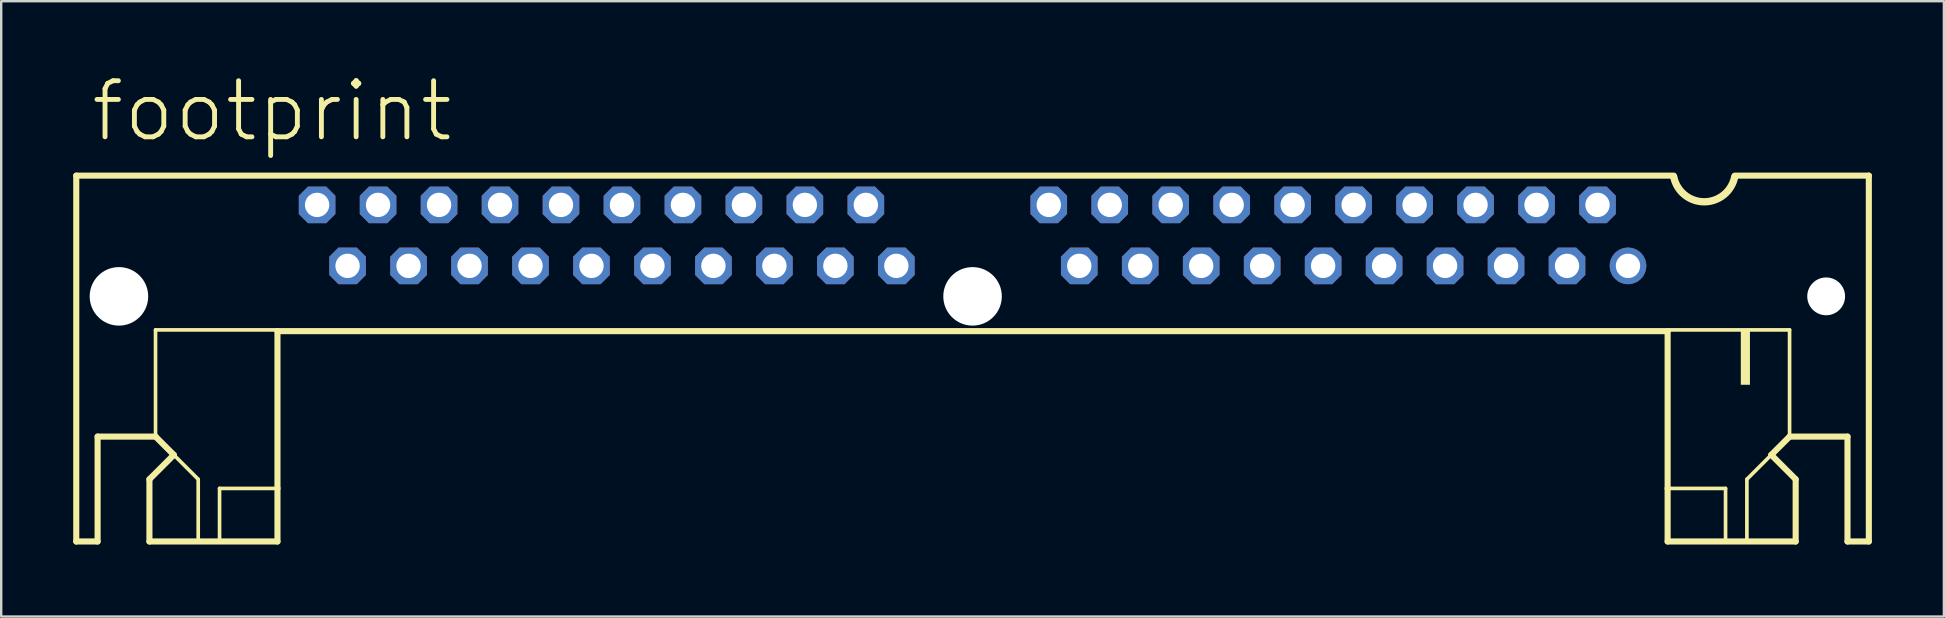
<source format=kicad_pcb>
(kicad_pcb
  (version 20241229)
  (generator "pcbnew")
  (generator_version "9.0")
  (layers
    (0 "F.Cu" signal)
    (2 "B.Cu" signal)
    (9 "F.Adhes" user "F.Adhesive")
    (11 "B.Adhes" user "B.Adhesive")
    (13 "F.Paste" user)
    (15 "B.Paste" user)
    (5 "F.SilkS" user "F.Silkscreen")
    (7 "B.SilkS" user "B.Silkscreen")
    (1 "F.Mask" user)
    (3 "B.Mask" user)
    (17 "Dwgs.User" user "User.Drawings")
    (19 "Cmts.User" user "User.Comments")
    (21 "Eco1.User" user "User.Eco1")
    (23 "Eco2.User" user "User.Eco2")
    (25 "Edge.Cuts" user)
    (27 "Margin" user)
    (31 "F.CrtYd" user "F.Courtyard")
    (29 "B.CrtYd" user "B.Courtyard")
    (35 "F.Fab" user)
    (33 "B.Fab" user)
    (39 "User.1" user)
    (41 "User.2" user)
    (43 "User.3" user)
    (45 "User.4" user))
  (footprint "footprint"
    (layer "F.Cu")
    (at 37.465 6.756)
    (property "Reference" "footprint" (at -36.83 -3.81 0) (layer "F.SilkS") (effects (font (size 2.337 2.337) (thickness 0.203)) (justify left bottom)))
    (fp_line (start -37.338 -2.489) (end 29.21 -2.489) (stroke (width 0.254) (type solid)) (layer "F.SilkS"))
    (fp_line (start -37.338 12.751) (end -37.338 -2.489) (stroke (width 0.254) (type solid)) (layer "F.SilkS"))
    (fp_line (start -36.449 8.382) (end -36.449 12.751) (stroke (width 0.254) (type solid)) (layer "F.SilkS"))
    (fp_line (start -36.449 12.751) (end -37.338 12.751) (stroke (width 0.254) (type solid)) (layer "F.SilkS"))
    (fp_line (start -34.29 10.16) (end -33.274 9.144) (stroke (width 0.254) (type solid)) (layer "F.SilkS"))
    (fp_line (start -34.29 12.751) (end -34.29 10.16) (stroke (width 0.254) (type solid)) (layer "F.SilkS"))
    (fp_line (start -34.036 3.937) (end -34.036 8.382) (stroke (width 0.152) (type solid)) (layer "F.SilkS"))
    (fp_line (start -34.036 8.382) (end -36.449 8.382) (stroke (width 0.254) (type solid)) (layer "F.SilkS"))
    (fp_line (start -33.274 9.144) (end -34.036 8.382) (stroke (width 0.254) (type solid)) (layer "F.SilkS"))
    (fp_line (start -33.274 9.144) (end -32.258 10.16) (stroke (width 0.152) (type solid)) (layer "F.SilkS"))
    (fp_line (start -32.258 10.16) (end -32.258 12.7) (stroke (width 0.152) (type solid)) (layer "F.SilkS"))
    (fp_line (start -31.369 10.541) (end -31.369 12.7) (stroke (width 0.152) (type solid)) (layer "F.SilkS"))
    (fp_line (start -31.369 10.541) (end -28.956 10.541) (stroke (width 0.152) (type solid)) (layer "F.SilkS"))
    (fp_line (start -28.956 3.937) (end -34.036 3.937) (stroke (width 0.152) (type solid)) (layer "F.SilkS"))
    (fp_line (start -28.956 3.988) (end -28.956 10.541) (stroke (width 0.254) (type solid)) (layer "F.SilkS"))
    (fp_line (start -28.956 10.541) (end -28.956 12.751) (stroke (width 0.254) (type solid)) (layer "F.SilkS"))
    (fp_line (start -28.956 12.751) (end -34.29 12.751) (stroke (width 0.254) (type solid)) (layer "F.SilkS"))
    (fp_line (start 28.956 3.937) (end 34.036 3.937) (stroke (width 0.152) (type solid)) (layer "F.SilkS"))
    (fp_line (start 28.956 3.988) (end -28.956 3.988) (stroke (width 0.254) (type solid)) (layer "F.SilkS"))
    (fp_line (start 28.956 3.988) (end 28.956 10.541) (stroke (width 0.254) (type solid)) (layer "F.SilkS"))
    (fp_line (start 28.956 10.541) (end 28.956 12.751) (stroke (width 0.254) (type solid)) (layer "F.SilkS"))
    (fp_line (start 28.956 12.751) (end 34.29 12.751) (stroke (width 0.254) (type solid)) (layer "F.SilkS"))
    (fp_line (start 31.369 10.541) (end 28.956 10.541) (stroke (width 0.152) (type solid)) (layer "F.SilkS"))
    (fp_line (start 31.369 10.541) (end 31.369 12.7) (stroke (width 0.152) (type solid)) (layer "F.SilkS"))
    (fp_line (start 31.75 -2.489) (end 37.338 -2.489) (stroke (width 0.254) (type solid)) (layer "F.SilkS"))
    (fp_line (start 32.258 10.16) (end 32.258 12.7) (stroke (width 0.152) (type solid)) (layer "F.SilkS"))
    (fp_line (start 33.274 9.144) (end 32.258 10.16) (stroke (width 0.152) (type solid)) (layer "F.SilkS"))
    (fp_line (start 33.274 9.144) (end 34.036 8.382) (stroke (width 0.254) (type solid)) (layer "F.SilkS"))
    (fp_line (start 34.036 3.937) (end 34.036 8.382) (stroke (width 0.152) (type solid)) (layer "F.SilkS"))
    (fp_line (start 34.036 8.382) (end 36.449 8.382) (stroke (width 0.254) (type solid)) (layer "F.SilkS"))
    (fp_line (start 34.29 10.16) (end 33.274 9.144) (stroke (width 0.254) (type solid)) (layer "F.SilkS"))
    (fp_line (start 34.29 12.751) (end 34.29 10.16) (stroke (width 0.254) (type solid)) (layer "F.SilkS"))
    (fp_line (start 36.449 8.382) (end 36.449 12.751) (stroke (width 0.254) (type solid)) (layer "F.SilkS"))
    (fp_line (start 36.449 12.751) (end 37.338 12.751) (stroke (width 0.254) (type solid)) (layer "F.SilkS"))
    (fp_line (start 37.338 12.751) (end 37.338 -2.489) (stroke (width 0.254) (type solid)) (layer "F.SilkS"))
    (fp_arc (start 31.75 -2.44) (mid 30.48 -1.398849) (end 29.21 -2.44) (stroke (width 0.3048) (type solid)) (layer "F.SilkS"))
    (fp_poly (pts (xy 32.004 6.223) (xy 32.385 6.223) (xy 32.385 3.937) (xy 32.004 3.937)) (stroke (width 0) (type solid)) (fill yes) (layer "F.SilkS"))
    (pad "" np_thru_hole circle (at -35.56 2.54) (size 2.438 2.438) (drill 2.438) (layers "*.Cu" "*.Mask"))
    (pad "" np_thru_hole circle (at 0 2.54) (size 2.438 2.438) (drill 2.438) (layers "*.Cu" "*.Mask"))
    (pad "" np_thru_hole circle (at 35.56 2.54) (size 1.575 1.575) (drill 1.575) (layers "*.Cu" "*.Mask"))
    (pad "1" thru_hole circle (at 27.305 1.27) (size 1.524 1.524) (drill 1.016) (layers "*.Cu" "*.Mask"))
    (pad "2" thru_hole roundrect (at 26.035 -1.27) (size 1.524 1.524) (drill 1.016) (layers "*.Cu" "*.Mask") (roundrect_rratio 0.25) (chamfer_ratio 0.25) (chamfer top_left top_right bottom_left bottom_right))
    (pad "3" thru_hole roundrect (at 24.765 1.27) (size 1.524 1.524) (drill 1.016) (layers "*.Cu" "*.Mask") (roundrect_rratio 0.25) (chamfer_ratio 0.25) (chamfer top_left top_right bottom_left bottom_right))
    (pad "4" thru_hole roundrect (at 23.495 -1.27) (size 1.524 1.524) (drill 1.016) (layers "*.Cu" "*.Mask") (roundrect_rratio 0.25) (chamfer_ratio 0.25) (chamfer top_left top_right bottom_left bottom_right))
    (pad "5" thru_hole roundrect (at 22.225 1.27) (size 1.524 1.524) (drill 1.016) (layers "*.Cu" "*.Mask") (roundrect_rratio 0.25) (chamfer_ratio 0.25) (chamfer top_left top_right bottom_left bottom_right))
    (pad "6" thru_hole roundrect (at 20.955 -1.27) (size 1.524 1.524) (drill 1.016) (layers "*.Cu" "*.Mask") (roundrect_rratio 0.25) (chamfer_ratio 0.25) (chamfer top_left top_right bottom_left bottom_right))
    (pad "7" thru_hole roundrect (at 19.685 1.27) (size 1.524 1.524) (drill 1.016) (layers "*.Cu" "*.Mask") (roundrect_rratio 0.25) (chamfer_ratio 0.25) (chamfer top_left top_right bottom_left bottom_right))
    (pad "8" thru_hole roundrect (at 18.415 -1.27) (size 1.524 1.524) (drill 1.016) (layers "*.Cu" "*.Mask") (roundrect_rratio 0.25) (chamfer_ratio 0.25) (chamfer top_left top_right bottom_left bottom_right))
    (pad "9" thru_hole roundrect (at 17.145 1.27) (size 1.524 1.524) (drill 1.016) (layers "*.Cu" "*.Mask") (roundrect_rratio 0.25) (chamfer_ratio 0.25) (chamfer top_left top_right bottom_left bottom_right))
    (pad "10" thru_hole roundrect (at 15.875 -1.27) (size 1.524 1.524) (drill 1.016) (layers "*.Cu" "*.Mask") (roundrect_rratio 0.25) (chamfer_ratio 0.25) (chamfer top_left top_right bottom_left bottom_right))
    (pad "11" thru_hole roundrect (at 14.605 1.27) (size 1.524 1.524) (drill 1.016) (layers "*.Cu" "*.Mask") (roundrect_rratio 0.25) (chamfer_ratio 0.25) (chamfer top_left top_right bottom_left bottom_right))
    (pad "12" thru_hole roundrect (at 13.335 -1.27) (size 1.524 1.524) (drill 1.016) (layers "*.Cu" "*.Mask") (roundrect_rratio 0.25) (chamfer_ratio 0.25) (chamfer top_left top_right bottom_left bottom_right))
    (pad "13" thru_hole roundrect (at 12.065 1.27) (size 1.524 1.524) (drill 1.016) (layers "*.Cu" "*.Mask") (roundrect_rratio 0.25) (chamfer_ratio 0.25) (chamfer top_left top_right bottom_left bottom_right))
    (pad "14" thru_hole roundrect (at 10.795 -1.27) (size 1.524 1.524) (drill 1.016) (layers "*.Cu" "*.Mask") (roundrect_rratio 0.25) (chamfer_ratio 0.25) (chamfer top_left top_right bottom_left bottom_right))
    (pad "15" thru_hole roundrect (at 9.525 1.27) (size 1.524 1.524) (drill 1.016) (layers "*.Cu" "*.Mask") (roundrect_rratio 0.25) (chamfer_ratio 0.25) (chamfer top_left top_right bottom_left bottom_right))
    (pad "16" thru_hole roundrect (at 8.255 -1.27) (size 1.524 1.524) (drill 1.016) (layers "*.Cu" "*.Mask") (roundrect_rratio 0.25) (chamfer_ratio 0.25) (chamfer top_left top_right bottom_left bottom_right))
    (pad "17" thru_hole roundrect (at 6.985 1.27) (size 1.524 1.524) (drill 1.016) (layers "*.Cu" "*.Mask") (roundrect_rratio 0.25) (chamfer_ratio 0.25) (chamfer top_left top_right bottom_left bottom_right))
    (pad "18" thru_hole roundrect (at 5.715 -1.27) (size 1.524 1.524) (drill 1.016) (layers "*.Cu" "*.Mask") (roundrect_rratio 0.25) (chamfer_ratio 0.25) (chamfer top_left top_right bottom_left bottom_right))
    (pad "19" thru_hole roundrect (at 4.445 1.27) (size 1.524 1.524) (drill 1.016) (layers "*.Cu" "*.Mask") (roundrect_rratio 0.25) (chamfer_ratio 0.25) (chamfer top_left top_right bottom_left bottom_right))
    (pad "20" thru_hole roundrect (at 3.175 -1.27) (size 1.524 1.524) (drill 1.016) (layers "*.Cu" "*.Mask") (roundrect_rratio 0.25) (chamfer_ratio 0.25) (chamfer top_left top_right bottom_left bottom_right))
    (pad "21" thru_hole roundrect (at -3.175 1.27) (size 1.524 1.524) (drill 1.016) (layers "*.Cu" "*.Mask") (roundrect_rratio 0.25) (chamfer_ratio 0.25) (chamfer top_left top_right bottom_left bottom_right))
    (pad "22" thru_hole roundrect (at -4.445 -1.27) (size 1.524 1.524) (drill 1.016) (layers "*.Cu" "*.Mask") (roundrect_rratio 0.25) (chamfer_ratio 0.25) (chamfer top_left top_right bottom_left bottom_right))
    (pad "23" thru_hole roundrect (at -5.715 1.27) (size 1.524 1.524) (drill 1.016) (layers "*.Cu" "*.Mask") (roundrect_rratio 0.25) (chamfer_ratio 0.25) (chamfer top_left top_right bottom_left bottom_right))
    (pad "24" thru_hole roundrect (at -6.985 -1.27) (size 1.524 1.524) (drill 1.016) (layers "*.Cu" "*.Mask") (roundrect_rratio 0.25) (chamfer_ratio 0.25) (chamfer top_left top_right bottom_left bottom_right))
    (pad "25" thru_hole roundrect (at -8.255 1.27) (size 1.524 1.524) (drill 1.016) (layers "*.Cu" "*.Mask") (roundrect_rratio 0.25) (chamfer_ratio 0.25) (chamfer top_left top_right bottom_left bottom_right))
    (pad "26" thru_hole roundrect (at -9.525 -1.27) (size 1.524 1.524) (drill 1.016) (layers "*.Cu" "*.Mask") (roundrect_rratio 0.25) (chamfer_ratio 0.25) (chamfer top_left top_right bottom_left bottom_right))
    (pad "27" thru_hole roundrect (at -10.795 1.27) (size 1.524 1.524) (drill 1.016) (layers "*.Cu" "*.Mask") (roundrect_rratio 0.25) (chamfer_ratio 0.25) (chamfer top_left top_right bottom_left bottom_right))
    (pad "28" thru_hole roundrect (at -12.065 -1.27) (size 1.524 1.524) (drill 1.016) (layers "*.Cu" "*.Mask") (roundrect_rratio 0.25) (chamfer_ratio 0.25) (chamfer top_left top_right bottom_left bottom_right))
    (pad "29" thru_hole roundrect (at -13.335 1.27) (size 1.524 1.524) (drill 1.016) (layers "*.Cu" "*.Mask") (roundrect_rratio 0.25) (chamfer_ratio 0.25) (chamfer top_left top_right bottom_left bottom_right))
    (pad "30" thru_hole roundrect (at -14.605 -1.27) (size 1.524 1.524) (drill 1.016) (layers "*.Cu" "*.Mask") (roundrect_rratio 0.25) (chamfer_ratio 0.25) (chamfer top_left top_right bottom_left bottom_right))
    (pad "31" thru_hole roundrect (at -15.875 1.27) (size 1.524 1.524) (drill 1.016) (layers "*.Cu" "*.Mask") (roundrect_rratio 0.25) (chamfer_ratio 0.25) (chamfer top_left top_right bottom_left bottom_right))
    (pad "32" thru_hole roundrect (at -17.145 -1.27) (size 1.524 1.524) (drill 1.016) (layers "*.Cu" "*.Mask") (roundrect_rratio 0.25) (chamfer_ratio 0.25) (chamfer top_left top_right bottom_left bottom_right))
    (pad "33" thru_hole roundrect (at -18.415 1.27) (size 1.524 1.524) (drill 1.016) (layers "*.Cu" "*.Mask") (roundrect_rratio 0.25) (chamfer_ratio 0.25) (chamfer top_left top_right bottom_left bottom_right))
    (pad "34" thru_hole roundrect (at -19.685 -1.27) (size 1.524 1.524) (drill 1.016) (layers "*.Cu" "*.Mask") (roundrect_rratio 0.25) (chamfer_ratio 0.25) (chamfer top_left top_right bottom_left bottom_right))
    (pad "35" thru_hole roundrect (at -20.955 1.27) (size 1.524 1.524) (drill 1.016) (layers "*.Cu" "*.Mask") (roundrect_rratio 0.25) (chamfer_ratio 0.25) (chamfer top_left top_right bottom_left bottom_right))
    (pad "36" thru_hole roundrect (at -22.225 -1.27) (size 1.524 1.524) (drill 1.016) (layers "*.Cu" "*.Mask") (roundrect_rratio 0.25) (chamfer_ratio 0.25) (chamfer top_left top_right bottom_left bottom_right))
    (pad "37" thru_hole roundrect (at -23.495 1.27) (size 1.524 1.524) (drill 1.016) (layers "*.Cu" "*.Mask") (roundrect_rratio 0.25) (chamfer_ratio 0.25) (chamfer top_left top_right bottom_left bottom_right))
    (pad "38" thru_hole roundrect (at -24.765 -1.27) (size 1.524 1.524) (drill 1.016) (layers "*.Cu" "*.Mask") (roundrect_rratio 0.25) (chamfer_ratio 0.25) (chamfer top_left top_right bottom_left bottom_right))
    (pad "39" thru_hole roundrect (at -26.035 1.27) (size 1.524 1.524) (drill 1.016) (layers "*.Cu" "*.Mask") (roundrect_rratio 0.25) (chamfer_ratio 0.25) (chamfer top_left top_right bottom_left bottom_right))
    (pad "40" thru_hole roundrect (at -27.305 -1.27) (size 1.524 1.524) (drill 1.016) (layers "*.Cu" "*.Mask") (roundrect_rratio 0.25) (chamfer_ratio 0.25) (chamfer top_left top_right bottom_left bottom_right)))
  (gr_rect
    (start -3 -3)
    (end 77.93 22.634)
    (stroke (width 0.1) (type default))
    (fill no)
    (layer "Edge.Cuts")))
</source>
